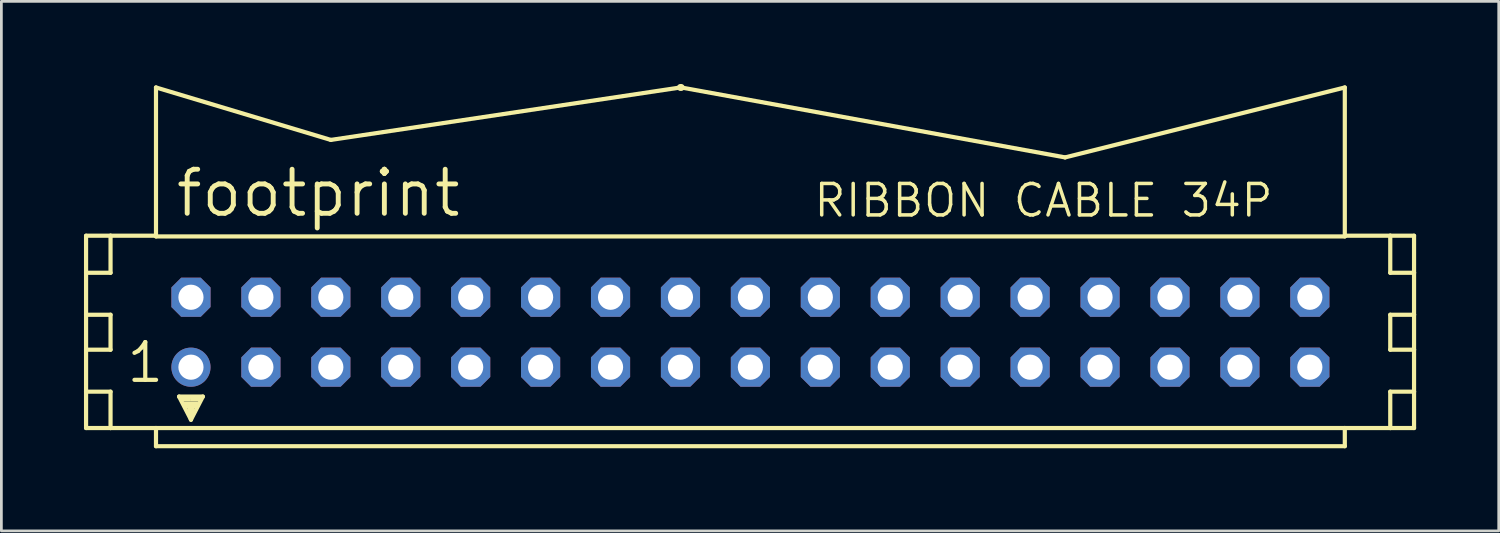
<source format=kicad_pcb>
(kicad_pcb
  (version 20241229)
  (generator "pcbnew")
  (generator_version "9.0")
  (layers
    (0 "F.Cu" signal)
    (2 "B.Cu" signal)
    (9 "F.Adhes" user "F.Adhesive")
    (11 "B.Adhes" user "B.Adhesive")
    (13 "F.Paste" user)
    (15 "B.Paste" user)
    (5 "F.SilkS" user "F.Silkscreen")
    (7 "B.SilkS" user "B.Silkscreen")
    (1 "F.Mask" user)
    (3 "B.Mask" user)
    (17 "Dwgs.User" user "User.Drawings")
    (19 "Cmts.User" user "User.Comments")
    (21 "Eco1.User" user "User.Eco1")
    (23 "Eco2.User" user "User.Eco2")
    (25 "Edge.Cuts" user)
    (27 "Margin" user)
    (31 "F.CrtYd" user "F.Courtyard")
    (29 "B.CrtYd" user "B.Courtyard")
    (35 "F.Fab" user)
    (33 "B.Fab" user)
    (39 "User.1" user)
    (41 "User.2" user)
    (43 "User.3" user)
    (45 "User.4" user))
  (footprint "footprint"
    (layer "F.Cu")
    (at 24.206 9.017)
    (property "Reference" "footprint" (at -20.955 -4.115 0) (layer "F.SilkS") (effects (font (size 1.6 1.6) (thickness 0.178)) (justify left bottom)))
    (fp_line (start -24.13 -3.505) (end -24.13 -2.159) (stroke (width 0.152) (type solid)) (layer "F.SilkS"))
    (fp_line (start -24.13 -2.159) (end -24.13 -0.635) (stroke (width 0.152) (type solid)) (layer "F.SilkS"))
    (fp_line (start -24.13 -2.159) (end -23.241 -2.159) (stroke (width 0.152) (type solid)) (layer "F.SilkS"))
    (fp_line (start -24.13 -0.635) (end -24.13 0.635) (stroke (width 0.152) (type solid)) (layer "F.SilkS"))
    (fp_line (start -24.13 -0.635) (end -23.241 -0.635) (stroke (width 0.152) (type solid)) (layer "F.SilkS"))
    (fp_line (start -24.13 0.635) (end -24.13 2.159) (stroke (width 0.152) (type solid)) (layer "F.SilkS"))
    (fp_line (start -24.13 0.635) (end -23.241 0.635) (stroke (width 0.152) (type solid)) (layer "F.SilkS"))
    (fp_line (start -24.13 2.159) (end -24.13 3.48) (stroke (width 0.152) (type solid)) (layer "F.SilkS"))
    (fp_line (start -24.13 2.159) (end -23.241 2.159) (stroke (width 0.152) (type solid)) (layer "F.SilkS"))
    (fp_line (start -24.13 3.48) (end -23.241 3.48) (stroke (width 0.152) (type solid)) (layer "F.SilkS"))
    (fp_line (start -23.241 -3.505) (end -24.13 -3.505) (stroke (width 0.152) (type solid)) (layer "F.SilkS"))
    (fp_line (start -23.241 -3.505) (end -23.241 -2.159) (stroke (width 0.152) (type solid)) (layer "F.SilkS"))
    (fp_line (start -23.241 -0.635) (end -23.241 0.635) (stroke (width 0.152) (type solid)) (layer "F.SilkS"))
    (fp_line (start -23.241 2.159) (end -23.241 3.48) (stroke (width 0.152) (type solid)) (layer "F.SilkS"))
    (fp_line (start -23.241 3.48) (end -21.59 3.48) (stroke (width 0.152) (type solid)) (layer "F.SilkS"))
    (fp_line (start -21.59 -3.505) (end -23.241 -3.505) (stroke (width 0.152) (type solid)) (layer "F.SilkS"))
    (fp_line (start -21.59 -3.505) (end -21.59 -8.89) (stroke (width 0.152) (type solid)) (layer "F.SilkS"))
    (fp_line (start -21.59 -3.48) (end -21.59 -3.505) (stroke (width 0.152) (type solid)) (layer "F.SilkS"))
    (fp_line (start -21.59 3.48) (end 21.59 3.48) (stroke (width 0.152) (type solid)) (layer "F.SilkS"))
    (fp_line (start -21.59 4.14) (end -21.59 3.48) (stroke (width 0.152) (type solid)) (layer "F.SilkS"))
    (fp_line (start -20.752 2.337) (end -19.888 2.337) (stroke (width 0.152) (type solid)) (layer "F.SilkS"))
    (fp_line (start -20.32 3.175) (end -20.752 2.337) (stroke (width 0.152) (type solid)) (layer "F.SilkS"))
    (fp_line (start -20.32 3.175) (end -20.32 2.921) (stroke (width 0.152) (type solid)) (layer "F.SilkS"))
    (fp_line (start -19.888 2.337) (end -20.32 3.175) (stroke (width 0.152) (type solid)) (layer "F.SilkS"))
    (fp_line (start -15.24 -6.985) (end -21.59 -8.89) (stroke (width 0.152) (type solid)) (layer "F.SilkS"))
    (fp_line (start -15.24 -6.985) (end -2.54 -8.89) (stroke (width 0.152) (type solid)) (layer "F.SilkS"))
    (fp_line (start -2.515 -8.89) (end -2.54 -8.89) (stroke (width 0.254) (type solid)) (layer "F.SilkS"))
    (fp_line (start 11.43 -6.35) (end -2.515 -8.89) (stroke (width 0.152) (type solid)) (layer "F.SilkS"))
    (fp_line (start 11.43 -6.35) (end 21.59 -8.89) (stroke (width 0.152) (type solid)) (layer "F.SilkS"))
    (fp_line (start 21.59 -8.89) (end 21.59 -3.505) (stroke (width 0.152) (type solid)) (layer "F.SilkS"))
    (fp_line (start 21.59 -3.505) (end 21.59 -3.48) (stroke (width 0.152) (type solid)) (layer "F.SilkS"))
    (fp_line (start 21.59 -3.48) (end -21.59 -3.48) (stroke (width 0.152) (type solid)) (layer "F.SilkS"))
    (fp_line (start 21.59 3.48) (end 21.59 4.14) (stroke (width 0.152) (type solid)) (layer "F.SilkS"))
    (fp_line (start 21.59 3.48) (end 23.241 3.48) (stroke (width 0.152) (type solid)) (layer "F.SilkS"))
    (fp_line (start 21.59 4.14) (end -21.59 4.14) (stroke (width 0.152) (type solid)) (layer "F.SilkS"))
    (fp_line (start 23.241 -3.505) (end 21.59 -3.505) (stroke (width 0.152) (type solid)) (layer "F.SilkS"))
    (fp_line (start 23.241 -3.505) (end 23.241 -2.159) (stroke (width 0.152) (type solid)) (layer "F.SilkS"))
    (fp_line (start 23.241 -2.159) (end 24.105 -2.159) (stroke (width 0.152) (type solid)) (layer "F.SilkS"))
    (fp_line (start 23.241 -0.635) (end 23.241 0.635) (stroke (width 0.152) (type solid)) (layer "F.SilkS"))
    (fp_line (start 23.241 -0.635) (end 24.105 -0.635) (stroke (width 0.152) (type solid)) (layer "F.SilkS"))
    (fp_line (start 23.241 0.635) (end 24.105 0.635) (stroke (width 0.152) (type solid)) (layer "F.SilkS"))
    (fp_line (start 23.241 2.159) (end 23.241 3.48) (stroke (width 0.152) (type solid)) (layer "F.SilkS"))
    (fp_line (start 23.241 2.159) (end 24.105 2.159) (stroke (width 0.152) (type solid)) (layer "F.SilkS"))
    (fp_line (start 23.241 3.48) (end 24.105 3.48) (stroke (width 0.152) (type solid)) (layer "F.SilkS"))
    (fp_line (start 24.105 -3.505) (end 23.241 -3.505) (stroke (width 0.152) (type solid)) (layer "F.SilkS"))
    (fp_line (start 24.105 -2.159) (end 24.105 -3.505) (stroke (width 0.152) (type solid)) (layer "F.SilkS"))
    (fp_line (start 24.105 -0.635) (end 24.105 -2.159) (stroke (width 0.152) (type solid)) (layer "F.SilkS"))
    (fp_line (start 24.105 0.635) (end 24.105 -0.635) (stroke (width 0.152) (type solid)) (layer "F.SilkS"))
    (fp_line (start 24.105 2.159) (end 24.105 0.635) (stroke (width 0.152) (type solid)) (layer "F.SilkS"))
    (fp_line (start 24.105 3.48) (end 24.105 2.159) (stroke (width 0.152) (type solid)) (layer "F.SilkS"))
    (fp_poly (pts (xy -20.701 2.515) (xy -20.32 2.515) (xy -20.32 2.388) (xy -20.701 2.388)) (stroke (width 0) (type solid)) (fill yes) (layer "F.SilkS"))
    (fp_poly (pts (xy -20.574 2.769) (xy -20.066 2.769) (xy -20.066 2.515) (xy -20.574 2.515)) (stroke (width 0) (type solid)) (fill yes) (layer "F.SilkS"))
    (fp_poly (pts (xy -20.447 2.972) (xy -20.193 2.972) (xy -20.193 2.718) (xy -20.447 2.718)) (stroke (width 0) (type solid)) (fill yes) (layer "F.SilkS"))
    (fp_poly (pts (xy -20.32 2.515) (xy -19.939 2.515) (xy -19.939 2.388) (xy -20.32 2.388)) (stroke (width 0) (type solid)) (fill yes) (layer "F.SilkS"))
    (fp_text user "RIBBON CABLE 34P" (at 2.235 -4.115 0) (layer "F.SilkS") (effects (font (size 1.143 1.143) (thickness 0.127)) (justify left bottom)))
    (fp_text user "1" (at -22.733 1.905 0) (layer "F.SilkS") (effects (font (size 1.372 1.372) (thickness 0.152)) (justify left bottom)))
    (pad "1" thru_hole circle (at -20.32 1.27) (size 1.422 1.422) (drill 0.914) (layers "*.Cu" "*.Mask"))
    (pad "2" thru_hole roundrect (at -20.32 -1.27) (size 1.422 1.422) (drill 0.914) (layers "*.Cu" "*.Mask") (roundrect_rratio 0.25) (chamfer_ratio 0.25) (chamfer top_left top_right bottom_left bottom_right))
    (pad "3" thru_hole roundrect (at -17.78 1.27) (size 1.422 1.422) (drill 0.914) (layers "*.Cu" "*.Mask") (roundrect_rratio 0.25) (chamfer_ratio 0.25) (chamfer top_left top_right bottom_left bottom_right))
    (pad "4" thru_hole roundrect (at -17.78 -1.27) (size 1.422 1.422) (drill 0.914) (layers "*.Cu" "*.Mask") (roundrect_rratio 0.25) (chamfer_ratio 0.25) (chamfer top_left top_right bottom_left bottom_right))
    (pad "5" thru_hole roundrect (at -15.24 1.27) (size 1.422 1.422) (drill 0.914) (layers "*.Cu" "*.Mask") (roundrect_rratio 0.25) (chamfer_ratio 0.25) (chamfer top_left top_right bottom_left bottom_right))
    (pad "6" thru_hole roundrect (at -15.24 -1.27) (size 1.422 1.422) (drill 0.914) (layers "*.Cu" "*.Mask") (roundrect_rratio 0.25) (chamfer_ratio 0.25) (chamfer top_left top_right bottom_left bottom_right))
    (pad "7" thru_hole roundrect (at -12.7 1.27) (size 1.422 1.422) (drill 0.914) (layers "*.Cu" "*.Mask") (roundrect_rratio 0.25) (chamfer_ratio 0.25) (chamfer top_left top_right bottom_left bottom_right))
    (pad "8" thru_hole roundrect (at -12.7 -1.27) (size 1.422 1.422) (drill 0.914) (layers "*.Cu" "*.Mask") (roundrect_rratio 0.25) (chamfer_ratio 0.25) (chamfer top_left top_right bottom_left bottom_right))
    (pad "9" thru_hole roundrect (at -10.16 1.27) (size 1.422 1.422) (drill 0.914) (layers "*.Cu" "*.Mask") (roundrect_rratio 0.25) (chamfer_ratio 0.25) (chamfer top_left top_right bottom_left bottom_right))
    (pad "10" thru_hole roundrect (at -10.16 -1.27) (size 1.422 1.422) (drill 0.914) (layers "*.Cu" "*.Mask") (roundrect_rratio 0.25) (chamfer_ratio 0.25) (chamfer top_left top_right bottom_left bottom_right))
    (pad "11" thru_hole roundrect (at -7.62 1.27) (size 1.422 1.422) (drill 0.914) (layers "*.Cu" "*.Mask") (roundrect_rratio 0.25) (chamfer_ratio 0.25) (chamfer top_left top_right bottom_left bottom_right))
    (pad "12" thru_hole roundrect (at -7.62 -1.27) (size 1.422 1.422) (drill 0.914) (layers "*.Cu" "*.Mask") (roundrect_rratio 0.25) (chamfer_ratio 0.25) (chamfer top_left top_right bottom_left bottom_right))
    (pad "13" thru_hole roundrect (at -5.08 1.27) (size 1.422 1.422) (drill 0.914) (layers "*.Cu" "*.Mask") (roundrect_rratio 0.25) (chamfer_ratio 0.25) (chamfer top_left top_right bottom_left bottom_right))
    (pad "14" thru_hole roundrect (at -5.08 -1.27) (size 1.422 1.422) (drill 0.914) (layers "*.Cu" "*.Mask") (roundrect_rratio 0.25) (chamfer_ratio 0.25) (chamfer top_left top_right bottom_left bottom_right))
    (pad "15" thru_hole roundrect (at -2.54 1.27) (size 1.422 1.422) (drill 0.914) (layers "*.Cu" "*.Mask") (roundrect_rratio 0.25) (chamfer_ratio 0.25) (chamfer top_left top_right bottom_left bottom_right))
    (pad "16" thru_hole roundrect (at -2.54 -1.27) (size 1.422 1.422) (drill 0.914) (layers "*.Cu" "*.Mask") (roundrect_rratio 0.25) (chamfer_ratio 0.25) (chamfer top_left top_right bottom_left bottom_right))
    (pad "17" thru_hole roundrect (at 0 1.27) (size 1.422 1.422) (drill 0.914) (layers "*.Cu" "*.Mask") (roundrect_rratio 0.25) (chamfer_ratio 0.25) (chamfer top_left top_right bottom_left bottom_right))
    (pad "18" thru_hole roundrect (at 0 -1.27) (size 1.422 1.422) (drill 0.914) (layers "*.Cu" "*.Mask") (roundrect_rratio 0.25) (chamfer_ratio 0.25) (chamfer top_left top_right bottom_left bottom_right))
    (pad "19" thru_hole roundrect (at 2.54 1.27) (size 1.422 1.422) (drill 0.914) (layers "*.Cu" "*.Mask") (roundrect_rratio 0.25) (chamfer_ratio 0.25) (chamfer top_left top_right bottom_left bottom_right))
    (pad "20" thru_hole roundrect (at 2.54 -1.27) (size 1.422 1.422) (drill 0.914) (layers "*.Cu" "*.Mask") (roundrect_rratio 0.25) (chamfer_ratio 0.25) (chamfer top_left top_right bottom_left bottom_right))
    (pad "21" thru_hole roundrect (at 5.08 1.27) (size 1.422 1.422) (drill 0.914) (layers "*.Cu" "*.Mask") (roundrect_rratio 0.25) (chamfer_ratio 0.25) (chamfer top_left top_right bottom_left bottom_right))
    (pad "22" thru_hole roundrect (at 5.08 -1.27) (size 1.422 1.422) (drill 0.914) (layers "*.Cu" "*.Mask") (roundrect_rratio 0.25) (chamfer_ratio 0.25) (chamfer top_left top_right bottom_left bottom_right))
    (pad "23" thru_hole roundrect (at 7.62 1.27) (size 1.422 1.422) (drill 0.914) (layers "*.Cu" "*.Mask") (roundrect_rratio 0.25) (chamfer_ratio 0.25) (chamfer top_left top_right bottom_left bottom_right))
    (pad "24" thru_hole roundrect (at 7.62 -1.27) (size 1.422 1.422) (drill 0.914) (layers "*.Cu" "*.Mask") (roundrect_rratio 0.25) (chamfer_ratio 0.25) (chamfer top_left top_right bottom_left bottom_right))
    (pad "25" thru_hole roundrect (at 10.16 1.27) (size 1.422 1.422) (drill 0.914) (layers "*.Cu" "*.Mask") (roundrect_rratio 0.25) (chamfer_ratio 0.25) (chamfer top_left top_right bottom_left bottom_right))
    (pad "26" thru_hole roundrect (at 10.16 -1.27) (size 1.422 1.422) (drill 0.914) (layers "*.Cu" "*.Mask") (roundrect_rratio 0.25) (chamfer_ratio 0.25) (chamfer top_left top_right bottom_left bottom_right))
    (pad "27" thru_hole roundrect (at 12.7 1.27) (size 1.422 1.422) (drill 0.914) (layers "*.Cu" "*.Mask") (roundrect_rratio 0.25) (chamfer_ratio 0.25) (chamfer top_left top_right bottom_left bottom_right))
    (pad "28" thru_hole roundrect (at 12.7 -1.27) (size 1.422 1.422) (drill 0.914) (layers "*.Cu" "*.Mask") (roundrect_rratio 0.25) (chamfer_ratio 0.25) (chamfer top_left top_right bottom_left bottom_right))
    (pad "29" thru_hole roundrect (at 15.24 1.27) (size 1.422 1.422) (drill 0.914) (layers "*.Cu" "*.Mask") (roundrect_rratio 0.25) (chamfer_ratio 0.25) (chamfer top_left top_right bottom_left bottom_right))
    (pad "30" thru_hole roundrect (at 15.24 -1.27) (size 1.422 1.422) (drill 0.914) (layers "*.Cu" "*.Mask") (roundrect_rratio 0.25) (chamfer_ratio 0.25) (chamfer top_left top_right bottom_left bottom_right))
    (pad "31" thru_hole roundrect (at 17.78 1.27) (size 1.422 1.422) (drill 0.914) (layers "*.Cu" "*.Mask") (roundrect_rratio 0.25) (chamfer_ratio 0.25) (chamfer top_left top_right bottom_left bottom_right))
    (pad "32" thru_hole roundrect (at 17.78 -1.27) (size 1.422 1.422) (drill 0.914) (layers "*.Cu" "*.Mask") (roundrect_rratio 0.25) (chamfer_ratio 0.25) (chamfer top_left top_right bottom_left bottom_right))
    (pad "33" thru_hole roundrect (at 20.32 1.27) (size 1.422 1.422) (drill 0.914) (layers "*.Cu" "*.Mask") (roundrect_rratio 0.25) (chamfer_ratio 0.25) (chamfer top_left top_right bottom_left bottom_right))
    (pad "34" thru_hole roundrect (at 20.32 -1.27) (size 1.422 1.422) (drill 0.914) (layers "*.Cu" "*.Mask") (roundrect_rratio 0.25) (chamfer_ratio 0.25) (chamfer top_left top_right bottom_left bottom_right)))
  (gr_rect
    (start -3 -3)
    (end 51.387 16.233)
    (stroke (width 0.1) (type default))
    (fill no)
    (layer "Edge.Cuts")))
</source>
